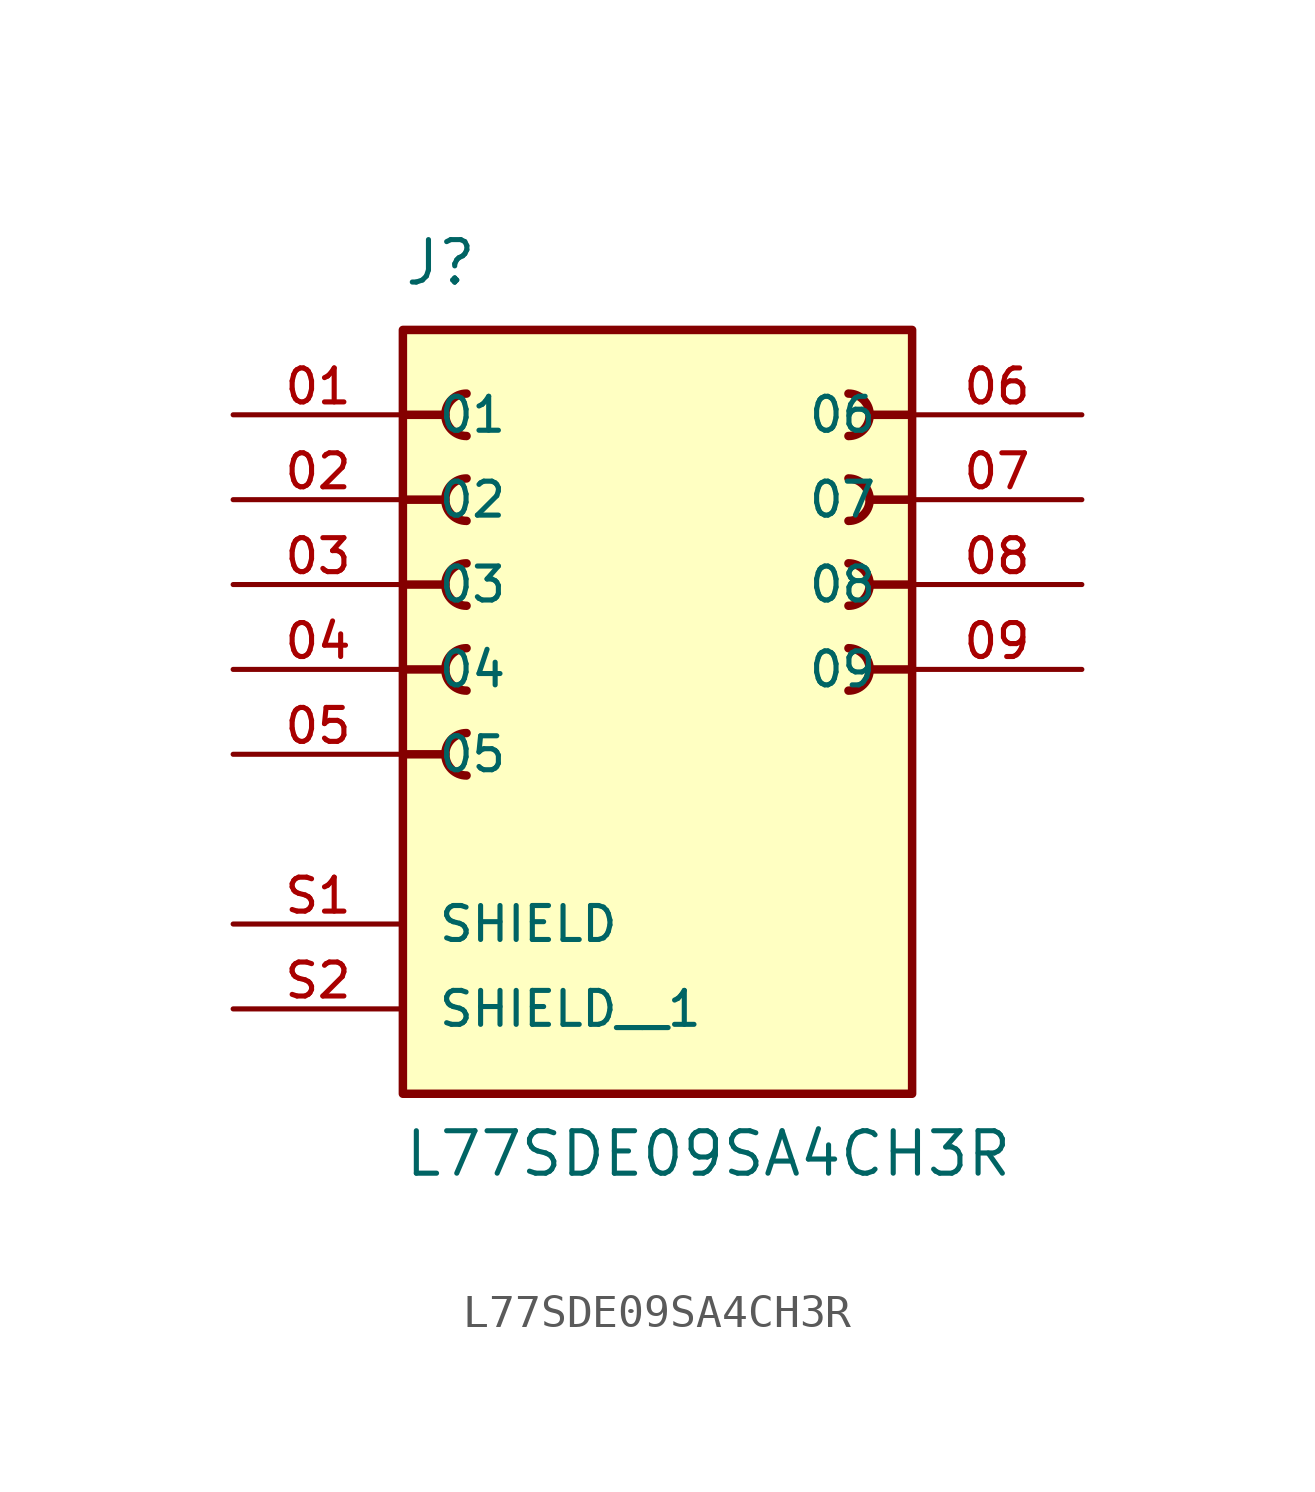
<source format=kicad_sym>
(kicad_symbol_lib
  (version 20211014)
  (generator kicad_symbol_editor)
  (symbol "L77SDE09SA4CH3R"
    (pin_names
      (offset 1.016))
    (property "Reference" "J"
      (at -7.62 11.43 0)
      (effects (font (size 1.27 1.27)) (justify bottom left)))
    (property "Value" "L77SDE09SA4CH3R"
      (at -7.62 -15.24 0)
      (effects (font (size 1.27 1.27)) (justify bottom left)))
    (symbol "L77SDE09SA4CH3R_0_0"
      (polyline (pts (xy -7.62 -2.54) (xy -6.35 -2.54)) (stroke (width 0.254)))
      (arc (start -5.715 -1.905) (mid -6.35 -2.54) (end -5.715 -3.175) (stroke (width 0.254) (type default) (color 0 0 0 0)) (fill (type none)))
      (polyline (pts (xy -7.62 0.0) (xy -6.35 0.0)) (stroke (width 0.254)))
      (arc (start -5.715 0.635) (mid -6.35 -0.0) (end -5.715 -0.635) (stroke (width 0.254) (type default) (color 0 0 0 0)) (fill (type none)))
      (polyline (pts (xy -7.62 2.54) (xy -6.35 2.54)) (stroke (width 0.254)))
      (arc (start -5.715 3.175) (mid -6.35 2.54) (end -5.715 1.905) (stroke (width 0.254) (type default) (color 0 0 0 0)) (fill (type none)))
      (polyline (pts (xy -7.62 5.08) (xy -6.35 5.08)) (stroke (width 0.254)))
      (arc (start -5.715 5.715) (mid -6.35 5.08) (end -5.715 4.445) (stroke (width 0.254) (type default) (color 0 0 0 0)) (fill (type none)))
      (polyline (pts (xy -7.62 7.62) (xy -6.35 7.62)) (stroke (width 0.254)))
      (arc (start -5.715 8.255) (mid -6.35 7.62) (end -5.715 6.985) (stroke (width 0.254) (type default) (color 0 0 0 0)) (fill (type none)))
      (polyline (pts (xy 7.62 0.0) (xy 6.35 0.0)) (stroke (width 0.254)))
      (arc (start 5.715 0.635) (mid 6.35 -0.0) (end 5.715 -0.635) (stroke (width 0.254) (type default) (color 0 0 0 0)) (fill (type none)))
      (polyline (pts (xy 7.62 2.54) (xy 6.35 2.54)) (stroke (width 0.254)))
      (arc (start 5.715 3.175) (mid 6.35 2.54) (end 5.715 1.905) (stroke (width 0.254) (type default) (color 0 0 0 0)) (fill (type none)))
      (polyline (pts (xy 7.62 5.08) (xy 6.35 5.08)) (stroke (width 0.254)))
      (arc (start 5.715 5.715) (mid 6.35 5.08) (end 5.715 4.445) (stroke (width 0.254) (type default) (color 0 0 0 0)) (fill (type none)))
      (polyline (pts (xy 7.62 7.62) (xy 6.35 7.62)) (stroke (width 0.254)))
      (arc (start 5.715 8.255) (mid 6.35 7.62) (end 5.715 6.985) (stroke (width 0.254) (type default) (color 0 0 0 0)) (fill (type none)))
      (rectangle (start -7.62 -12.7) (end 7.62 10.16) (stroke (width 0.254)) (fill (type background)))
      (pin passive line (at -12.7 7.62 0) (length 5.08) (name "01" (effects (font (size 1.016 1.016)))) (number "01" (effects (font (size 1.016 1.016)))))
      (pin passive line (at -12.7 5.08 0) (length 5.08) (name "02" (effects (font (size 1.016 1.016)))) (number "02" (effects (font (size 1.016 1.016)))))
      (pin passive line (at -12.7 2.54 0) (length 5.08) (name "03" (effects (font (size 1.016 1.016)))) (number "03" (effects (font (size 1.016 1.016)))))
      (pin passive line (at -12.7 0.0 0) (length 5.08) (name "04" (effects (font (size 1.016 1.016)))) (number "04" (effects (font (size 1.016 1.016)))))
      (pin passive line (at -12.7 -2.54 0) (length 5.08) (name "05" (effects (font (size 1.016 1.016)))) (number "05" (effects (font (size 1.016 1.016)))))
      (pin passive line (at 12.7 7.62 180.0) (length 5.08) (name "06" (effects (font (size 1.016 1.016)))) (number "06" (effects (font (size 1.016 1.016)))))
      (pin passive line (at 12.7 5.08 180.0) (length 5.08) (name "07" (effects (font (size 1.016 1.016)))) (number "07" (effects (font (size 1.016 1.016)))))
      (pin passive line (at 12.7 2.54 180.0) (length 5.08) (name "08" (effects (font (size 1.016 1.016)))) (number "08" (effects (font (size 1.016 1.016)))))
      (pin passive line (at 12.7 0.0 180.0) (length 5.08) (name "09" (effects (font (size 1.016 1.016)))) (number "09" (effects (font (size 1.016 1.016)))))
      (pin passive line (at -12.7 -7.62 0) (length 5.08) (name "SHIELD" (effects (font (size 1.016 1.016)))) (number "S1" (effects (font (size 1.016 1.016)))))
      (pin passive line (at -12.7 -10.16 0) (length 5.08) (name "SHIELD__1" (effects (font (size 1.016 1.016)))) (number "S2" (effects (font (size 1.016 1.016))))))))
</source>
